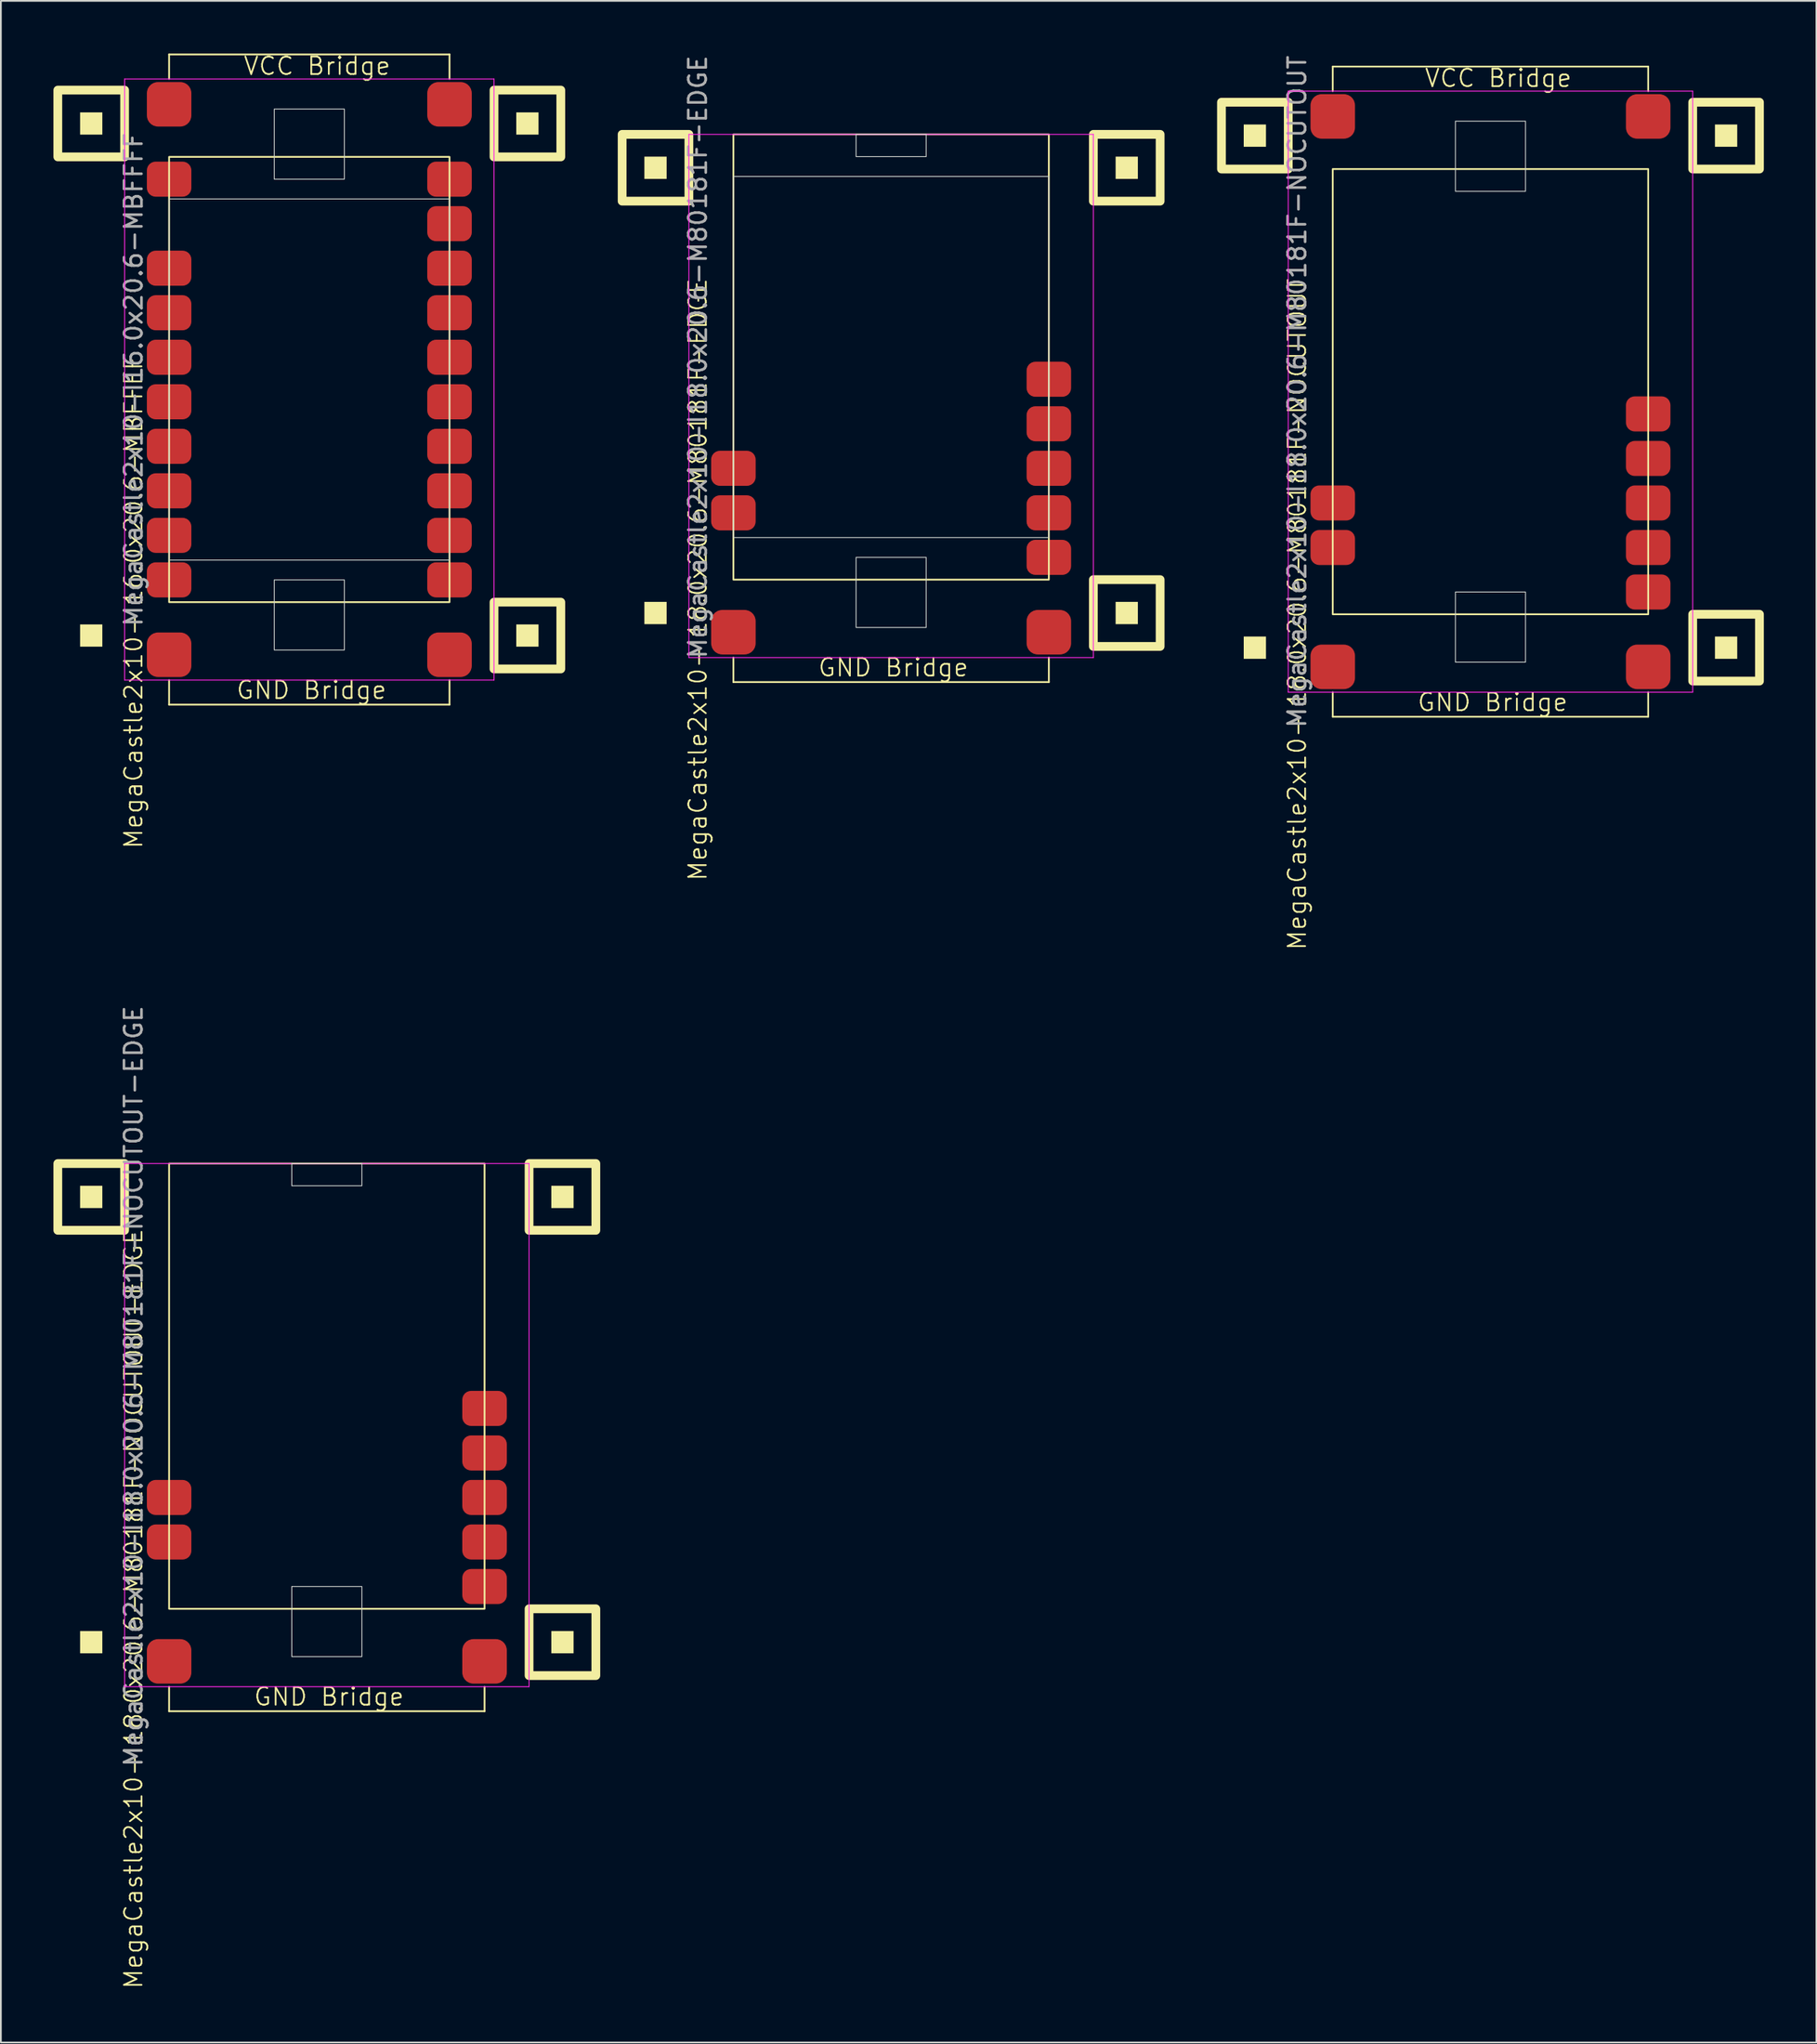
<source format=kicad_pcb>
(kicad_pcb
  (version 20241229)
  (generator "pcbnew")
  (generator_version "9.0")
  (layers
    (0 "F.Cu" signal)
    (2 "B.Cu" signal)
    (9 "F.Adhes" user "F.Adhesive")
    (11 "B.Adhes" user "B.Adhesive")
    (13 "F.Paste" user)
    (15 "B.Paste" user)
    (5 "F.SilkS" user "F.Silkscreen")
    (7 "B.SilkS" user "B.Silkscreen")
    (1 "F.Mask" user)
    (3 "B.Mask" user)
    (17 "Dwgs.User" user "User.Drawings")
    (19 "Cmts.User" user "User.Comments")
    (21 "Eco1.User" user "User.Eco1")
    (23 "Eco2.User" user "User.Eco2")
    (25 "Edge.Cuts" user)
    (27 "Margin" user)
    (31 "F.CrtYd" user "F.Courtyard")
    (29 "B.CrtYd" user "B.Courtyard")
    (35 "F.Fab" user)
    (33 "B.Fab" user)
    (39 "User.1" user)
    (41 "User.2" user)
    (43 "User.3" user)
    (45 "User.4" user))
  (footprint "MegaCastle2x10-I18.0x20.6-M80181F-EDGE"
    (layer "F.Cu")
    (at 47.8 17.315)
    (property "Reference" "MegaCastle2x10-I18.0x20.6-M80181F-EDGE" (at -11.032 12.7 90) (unlocked yes) (layer "F.SilkS") (effects (font (size 1 1) (thickness 0.1))))
    (attr smd)
    (fp_line (start -9 17.145) (end -9 18.545) (stroke (width 0.1) (type default)) (layer "F.SilkS"))
    (fp_line (start -9 18.545) (end 9 18.545) (stroke (width 0.1) (type default)) (layer "F.SilkS"))
    (fp_line (start 9 17.145) (end 9 18.545) (stroke (width 0.1) (type default)) (layer "F.SilkS"))
    (fp_rect (start -12.81 -10.16) (end -14.08 -11.43) (stroke (width 0) (type solid)) (fill yes) (layer "F.SilkS"))
    (fp_rect (start -12.81 15.24) (end -14.08 13.97) (stroke (width 0) (type solid)) (fill yes) (layer "F.SilkS"))
    (fp_rect (start -11.54 -8.89) (end -15.35 -12.7) (stroke (width 0.5) (type default)) (fill no) (layer "F.SilkS"))
    (fp_rect (start -9 -12.7) (end 9 12.7) (stroke (width 0.1) (type default)) (fill no) (layer "F.SilkS"))
    (fp_rect (start 14.08 -10.16) (end 12.81 -11.43) (stroke (width 0) (type solid)) (fill yes) (layer "F.SilkS"))
    (fp_rect (start 14.08 15.24) (end 12.81 13.97) (stroke (width 0) (type solid)) (fill yes) (layer "F.SilkS"))
    (fp_rect (start 15.35 -8.89) (end 11.54 -12.7) (stroke (width 0.5) (type default)) (fill no) (layer "F.SilkS"))
    (fp_rect (start 15.35 16.51) (end 11.54 12.7) (stroke (width 0.5) (type default)) (fill no) (layer "F.SilkS"))
    (fp_rect (start -9 -10.3) (end 9 10.3) (stroke (width 0.05) (type default)) (fill no) (layer "Edge.Cuts"))
    (fp_rect (start -2 -11.43) (end 2 -12.7) (stroke (width 0.05) (type default)) (fill no) (layer "Edge.Cuts"))
    (fp_rect (start -2 11.43) (end 2 15.43) (stroke (width 0.05) (type default)) (fill no) (layer "Edge.Cuts"))
    (fp_line (start -11.54 -12.7) (end -11.54 17.145) (stroke (width 0.05) (type default)) (layer "F.CrtYd"))
    (fp_line (start -11.54 17.145) (end 11.54 17.145) (stroke (width 0.05) (type default)) (layer "F.CrtYd"))
    (fp_line (start 11.54 -12.7) (end -11.54 -12.7) (stroke (width 0.05) (type default)) (layer "F.CrtYd"))
    (fp_line (start 11.54 -12.7) (end 11.54 17.145) (stroke (width 0.05) (type default)) (layer "F.CrtYd"))
    (fp_text user "GND Bridge" (at -4.226 18.3 0) (unlocked yes) (layer "F.SilkS") (effects (font (size 1 1) (thickness 0.1)) (justify left bottom)))
    (fp_text user "${REFERENCE}" (at -11.032 0 90) (unlocked yes) (layer "F.Fab") (effects (font (size 1 1) (thickness 0.15))))
    (pad "8" smd roundrect (at -9 6.35) (size 2.54 2) (layers "F.Cu" "F.Mask" "F.Paste") (roundrect_rratio 0.25))
    (pad "9" smd roundrect (at -9 8.89) (size 2.54 2) (layers "F.Cu" "F.Mask" "F.Paste") (roundrect_rratio 0.25))
    (pad "16" smd roundrect (at 9 1.27) (size 2.54 2) (layers "F.Cu" "F.Mask" "F.Paste") (roundrect_rratio 0.25))
    (pad "17" smd roundrect (at 9 3.81) (size 2.54 2) (layers "F.Cu" "F.Mask" "F.Paste") (roundrect_rratio 0.25))
    (pad "18" smd roundrect (at 9 6.35) (size 2.54 2) (layers "F.Cu" "F.Mask" "F.Paste") (roundrect_rratio 0.25))
    (pad "19" smd roundrect (at 9 8.89) (size 2.54 2) (layers "F.Cu" "F.Mask" "F.Paste") (roundrect_rratio 0.25))
    (pad "20" smd roundrect (at 9 11.43) (size 2.54 2) (layers "F.Cu" "F.Mask" "F.Paste") (roundrect_rratio 0.25))
    (pad "B1" smd roundrect (at -9 15.7) (size 2.54 2.54) (layers "F.Cu" "F.Mask" "F.Paste") (roundrect_rratio 0.25))
    (pad "B2" smd roundrect (at 9 15.7) (size 2.54 2.54) (layers "F.Cu" "F.Mask" "F.Paste") (roundrect_rratio 0.25)))
  (footprint "MegaCastle2x10-I18.0x20.6-M80181F-NOCUTOUT-EDGE"
    (layer "F.Cu")
    (at 15.6 76.024)
    (property "Reference" "MegaCastle2x10-I18.0x20.6-M80181F-NOCUTOUT-EDGE" (at -11.032 12.7 90) (unlocked yes) (layer "F.SilkS") (effects (font (size 1 1) (thickness 0.1))))
    (attr smd)
    (fp_line (start -9 17.145) (end -9 18.545) (stroke (width 0.1) (type default)) (layer "F.SilkS"))
    (fp_line (start -9 18.545) (end 9 18.545) (stroke (width 0.1) (type default)) (layer "F.SilkS"))
    (fp_line (start 9 17.145) (end 9 18.545) (stroke (width 0.1) (type default)) (layer "F.SilkS"))
    (fp_rect (start -12.81 -10.16) (end -14.08 -11.43) (stroke (width 0) (type solid)) (fill yes) (layer "F.SilkS"))
    (fp_rect (start -12.81 15.24) (end -14.08 13.97) (stroke (width 0) (type solid)) (fill yes) (layer "F.SilkS"))
    (fp_rect (start -11.54 -8.89) (end -15.35 -12.7) (stroke (width 0.5) (type default)) (fill no) (layer "F.SilkS"))
    (fp_rect (start -9 -12.7) (end 9 12.7) (stroke (width 0.1) (type default)) (fill no) (layer "F.SilkS"))
    (fp_rect (start 14.08 -10.16) (end 12.81 -11.43) (stroke (width 0) (type solid)) (fill yes) (layer "F.SilkS"))
    (fp_rect (start 14.08 15.24) (end 12.81 13.97) (stroke (width 0) (type solid)) (fill yes) (layer "F.SilkS"))
    (fp_rect (start 15.35 -8.89) (end 11.54 -12.7) (stroke (width 0.5) (type default)) (fill no) (layer "F.SilkS"))
    (fp_rect (start 15.35 16.51) (end 11.54 12.7) (stroke (width 0.5) (type default)) (fill no) (layer "F.SilkS"))
    (fp_rect (start -2 -11.43) (end 2 -12.7) (stroke (width 0.05) (type default)) (fill no) (layer "Edge.Cuts"))
    (fp_rect (start -2 11.43) (end 2 15.43) (stroke (width 0.05) (type default)) (fill no) (layer "Edge.Cuts"))
    (fp_line (start -11.54 -12.7) (end -11.54 17.145) (stroke (width 0.05) (type default)) (layer "F.CrtYd"))
    (fp_line (start -11.54 17.145) (end 11.54 17.145) (stroke (width 0.05) (type default)) (layer "F.CrtYd"))
    (fp_line (start 11.54 -12.7) (end -11.54 -12.7) (stroke (width 0.05) (type default)) (layer "F.CrtYd"))
    (fp_line (start 11.54 -12.7) (end 11.54 17.145) (stroke (width 0.05) (type default)) (layer "F.CrtYd"))
    (fp_text user "GND Bridge" (at -4.226 18.3 0) (unlocked yes) (layer "F.SilkS") (effects (font (size 1 1) (thickness 0.1)) (justify left bottom)))
    (fp_text user "${REFERENCE}" (at -11.032 0 90) (unlocked yes) (layer "F.Fab") (effects (font (size 1 1) (thickness 0.15))))
    (pad "8" smd roundrect (at -9 6.35) (size 2.54 2) (layers "F.Cu" "F.Mask" "F.Paste") (roundrect_rratio 0.25))
    (pad "9" smd roundrect (at -9 8.89) (size 2.54 2) (layers "F.Cu" "F.Mask" "F.Paste") (roundrect_rratio 0.25))
    (pad "16" smd roundrect (at 9 1.27) (size 2.54 2) (layers "F.Cu" "F.Mask" "F.Paste") (roundrect_rratio 0.25))
    (pad "17" smd roundrect (at 9 3.81) (size 2.54 2) (layers "F.Cu" "F.Mask" "F.Paste") (roundrect_rratio 0.25))
    (pad "18" smd roundrect (at 9 6.35) (size 2.54 2) (layers "F.Cu" "F.Mask" "F.Paste") (roundrect_rratio 0.25))
    (pad "19" smd roundrect (at 9 8.89) (size 2.54 2) (layers "F.Cu" "F.Mask" "F.Paste") (roundrect_rratio 0.25))
    (pad "20" smd roundrect (at 9 11.43) (size 2.54 2) (layers "F.Cu" "F.Mask" "F.Paste") (roundrect_rratio 0.25))
    (pad "B1" smd roundrect (at -9 15.7) (size 2.54 2.54) (layers "F.Cu" "F.Mask" "F.Paste") (roundrect_rratio 0.25))
    (pad "B2" smd roundrect (at 9 15.7) (size 2.54 2.54) (layers "F.Cu" "F.Mask" "F.Paste") (roundrect_rratio 0.25)))
  (footprint "MegaCastle2x10-I16.0x20.6-MBFFFF"
    (layer "F.Cu")
    (at 14.6 18.6)
    (property "Reference" "MegaCastle2x10-I16.0x20.6-MBFFFF" (at -10.032 12.7 90) (unlocked yes) (layer "F.SilkS") (effects (font (size 1 1) (thickness 0.1))))
    (attr smd)
    (fp_line (start -8 -18.545) (end 8 -18.545) (stroke (width 0.1) (type default)) (layer "F.SilkS"))
    (fp_line (start -8 -17.145) (end -8 -18.545) (stroke (width 0.1) (type default)) (layer "F.SilkS"))
    (fp_line (start -8 17.145) (end -8 18.545) (stroke (width 0.1) (type default)) (layer "F.SilkS"))
    (fp_line (start -8 18.545) (end 8 18.545) (stroke (width 0.1) (type default)) (layer "F.SilkS"))
    (fp_line (start 8 -17.145) (end 8 -18.545) (stroke (width 0.1) (type default)) (layer "F.SilkS"))
    (fp_line (start 8 17.145) (end 8 18.545) (stroke (width 0.1) (type default)) (layer "F.SilkS"))
    (fp_rect (start -11.81 -13.97) (end -13.08 -15.24) (stroke (width 0) (type solid)) (fill yes) (layer "F.SilkS"))
    (fp_rect (start -11.81 15.24) (end -13.08 13.97) (stroke (width 0) (type solid)) (fill yes) (layer "F.SilkS"))
    (fp_rect (start -10.54 -12.7) (end -14.35 -16.51) (stroke (width 0.5) (type default)) (fill no) (layer "F.SilkS"))
    (fp_rect (start -8 -12.7) (end 8 12.7) (stroke (width 0.1) (type default)) (fill no) (layer "F.SilkS"))
    (fp_rect (start 13.08 -13.97) (end 11.81 -15.24) (stroke (width 0) (type solid)) (fill yes) (layer "F.SilkS"))
    (fp_rect (start 13.08 15.24) (end 11.81 13.97) (stroke (width 0) (type solid)) (fill yes) (layer "F.SilkS"))
    (fp_rect (start 14.35 -12.7) (end 10.54 -16.51) (stroke (width 0.5) (type default)) (fill no) (layer "F.SilkS"))
    (fp_rect (start 14.35 16.51) (end 10.54 12.7) (stroke (width 0.5) (type default)) (fill no) (layer "F.SilkS"))
    (fp_rect (start -8 -10.3) (end 8 10.3) (stroke (width 0.05) (type default)) (fill no) (layer "Edge.Cuts"))
    (fp_rect (start -2 -11.43) (end 2 -15.43) (stroke (width 0.05) (type default)) (fill no) (layer "Edge.Cuts"))
    (fp_rect (start -2 11.43) (end 2 15.43) (stroke (width 0.05) (type default)) (fill no) (layer "Edge.Cuts"))
    (fp_line (start -10.54 -17.145) (end -10.54 17.145) (stroke (width 0.05) (type default)) (layer "F.CrtYd"))
    (fp_line (start -10.54 17.145) (end 10.54 17.145) (stroke (width 0.05) (type default)) (layer "F.CrtYd"))
    (fp_line (start 10.54 -17.145) (end -10.54 -17.145) (stroke (width 0.05) (type default)) (layer "F.CrtYd"))
    (fp_line (start 10.54 -17.145) (end 10.54 17.145) (stroke (width 0.05) (type default)) (layer "F.CrtYd"))
    (fp_text user "GND Bridge" (at -4.226 18.3 0) (unlocked yes) (layer "F.SilkS") (effects (font (size 1 1) (thickness 0.1)) (justify left bottom)))
    (fp_text user "VCC Bridge" (at -3.81 -17.3 0) (unlocked yes) (layer "F.SilkS") (effects (font (size 1 1) (thickness 0.1)) (justify left bottom)))
    (fp_text user "${REFERENCE}" (at -10.032 0 90) (unlocked yes) (layer "F.Fab") (effects (font (size 1 1) (thickness 0.15))))
    (pad "1" smd roundrect (at -8 -11.43) (size 2.54 2) (layers "F.Cu" "F.Mask" "F.Paste") (roundrect_rratio 0.25))
    (pad "3" smd roundrect (at -8 -6.35) (size 2.54 2) (layers "F.Cu" "F.Mask" "F.Paste") (roundrect_rratio 0.25))
    (pad "4" smd roundrect (at -8 -3.81) (size 2.54 2) (layers "F.Cu" "F.Mask" "F.Paste") (roundrect_rratio 0.25))
    (pad "5" smd roundrect (at -8 -1.27) (size 2.54 2) (layers "F.Cu" "F.Mask" "F.Paste") (roundrect_rratio 0.25))
    (pad "6" smd roundrect (at -8 1.27) (size 2.54 2) (layers "F.Cu" "F.Mask" "F.Paste") (roundrect_rratio 0.25))
    (pad "7" smd roundrect (at -8 3.81) (size 2.54 2) (layers "F.Cu" "F.Mask" "F.Paste") (roundrect_rratio 0.25))
    (pad "8" smd roundrect (at -8 6.35) (size 2.54 2) (layers "F.Cu" "F.Mask" "F.Paste") (roundrect_rratio 0.25))
    (pad "9" smd roundrect (at -8 8.89) (size 2.54 2) (layers "F.Cu" "F.Mask" "F.Paste") (roundrect_rratio 0.25))
    (pad "10" smd roundrect (at -8 11.43) (size 2.54 2) (layers "F.Cu" "F.Mask" "F.Paste") (roundrect_rratio 0.25))
    (pad "11" smd roundrect (at 8 -11.43) (size 2.54 2) (layers "F.Cu" "F.Mask" "F.Paste") (roundrect_rratio 0.25))
    (pad "12" smd roundrect (at 8 -8.89) (size 2.54 2) (layers "F.Cu" "F.Mask" "F.Paste") (roundrect_rratio 0.25))
    (pad "13" smd roundrect (at 8 -6.35) (size 2.54 2) (layers "F.Cu" "F.Mask" "F.Paste") (roundrect_rratio 0.25))
    (pad "14" smd roundrect (at 8 -3.81) (size 2.54 2) (layers "F.Cu" "F.Mask" "F.Paste") (roundrect_rratio 0.25))
    (pad "15" smd roundrect (at 8 -1.27) (size 2.54 2) (layers "F.Cu" "F.Mask" "F.Paste") (roundrect_rratio 0.25))
    (pad "16" smd roundrect (at 8 1.27) (size 2.54 2) (layers "F.Cu" "F.Mask" "F.Paste") (roundrect_rratio 0.25))
    (pad "17" smd roundrect (at 8 3.81) (size 2.54 2) (layers "F.Cu" "F.Mask" "F.Paste") (roundrect_rratio 0.25))
    (pad "18" smd roundrect (at 8 6.35) (size 2.54 2) (layers "F.Cu" "F.Mask" "F.Paste") (roundrect_rratio 0.25))
    (pad "19" smd roundrect (at 8 8.89) (size 2.54 2) (layers "F.Cu" "F.Mask" "F.Paste") (roundrect_rratio 0.25))
    (pad "20" smd roundrect (at 8 11.43) (size 2.54 2) (layers "F.Cu" "F.Mask" "F.Paste") (roundrect_rratio 0.25))
    (pad "A1" smd roundrect (at -8 -15.7) (size 2.54 2.54) (layers "F.Cu" "F.Mask" "F.Paste") (roundrect_rratio 0.25))
    (pad "A2" smd roundrect (at 8 -15.7) (size 2.54 2.54) (layers "F.Cu" "F.Mask" "F.Paste") (roundrect_rratio 0.25))
    (pad "B1" smd roundrect (at -8 15.7) (size 2.54 2.54) (layers "F.Cu" "F.Mask" "F.Paste") (roundrect_rratio 0.25))
    (pad "B2" smd roundrect (at 8 15.7) (size 2.54 2.54) (layers "F.Cu" "F.Mask" "F.Paste") (roundrect_rratio 0.25)))
  (footprint "MegaCastle2x10-I18.0x20.6-M80181F-NOCUTOUT"
    (layer "F.Cu")
    (at 82 19.292)
    (property "Reference" "MegaCastle2x10-I18.0x20.6-M80181F-NOCUTOUT" (at -11.032 12.7 90) (unlocked yes) (layer "F.SilkS") (effects (font (size 1 1) (thickness 0.1))))
    (attr smd)
    (fp_line (start -9 -18.545) (end 9 -18.545) (stroke (width 0.1) (type default)) (layer "F.SilkS"))
    (fp_line (start -9 -17.145) (end -9 -18.545) (stroke (width 0.1) (type default)) (layer "F.SilkS"))
    (fp_line (start -9 17.145) (end -9 18.545) (stroke (width 0.1) (type default)) (layer "F.SilkS"))
    (fp_line (start -9 18.545) (end 9 18.545) (stroke (width 0.1) (type default)) (layer "F.SilkS"))
    (fp_line (start 9 -17.145) (end 9 -18.545) (stroke (width 0.1) (type default)) (layer "F.SilkS"))
    (fp_line (start 9 17.145) (end 9 18.545) (stroke (width 0.1) (type default)) (layer "F.SilkS"))
    (fp_rect (start -12.81 -13.97) (end -14.08 -15.24) (stroke (width 0) (type solid)) (fill yes) (layer "F.SilkS"))
    (fp_rect (start -12.81 15.24) (end -14.08 13.97) (stroke (width 0) (type solid)) (fill yes) (layer "F.SilkS"))
    (fp_rect (start -11.54 -12.7) (end -15.35 -16.51) (stroke (width 0.5) (type default)) (fill no) (layer "F.SilkS"))
    (fp_rect (start -9 -12.7) (end 9 12.7) (stroke (width 0.1) (type default)) (fill no) (layer "F.SilkS"))
    (fp_rect (start 14.08 -13.97) (end 12.81 -15.24) (stroke (width 0) (type solid)) (fill yes) (layer "F.SilkS"))
    (fp_rect (start 14.08 15.24) (end 12.81 13.97) (stroke (width 0) (type solid)) (fill yes) (layer "F.SilkS"))
    (fp_rect (start 15.35 -12.7) (end 11.54 -16.51) (stroke (width 0.5) (type default)) (fill no) (layer "F.SilkS"))
    (fp_rect (start 15.35 16.51) (end 11.54 12.7) (stroke (width 0.5) (type default)) (fill no) (layer "F.SilkS"))
    (fp_rect (start -2 -11.43) (end 2 -15.43) (stroke (width 0.05) (type default)) (fill no) (layer "Edge.Cuts"))
    (fp_rect (start -2 11.43) (end 2 15.43) (stroke (width 0.05) (type default)) (fill no) (layer "Edge.Cuts"))
    (fp_line (start -11.54 -17.145) (end -11.54 17.145) (stroke (width 0.05) (type default)) (layer "F.CrtYd"))
    (fp_line (start -11.54 17.145) (end 11.54 17.145) (stroke (width 0.05) (type default)) (layer "F.CrtYd"))
    (fp_line (start 11.54 -17.145) (end -11.54 -17.145) (stroke (width 0.05) (type default)) (layer "F.CrtYd"))
    (fp_line (start 11.54 -17.145) (end 11.54 17.145) (stroke (width 0.05) (type default)) (layer "F.CrtYd"))
    (fp_text user "VCC Bridge" (at -3.81 -17.3 0) (unlocked yes) (layer "F.SilkS") (effects (font (size 1 1) (thickness 0.1)) (justify left bottom)))
    (fp_text user "GND Bridge" (at -4.226 18.3 0) (unlocked yes) (layer "F.SilkS") (effects (font (size 1 1) (thickness 0.1)) (justify left bottom)))
    (fp_text user "${REFERENCE}" (at -11.032 0 90) (unlocked yes) (layer "F.Fab") (effects (font (size 1 1) (thickness 0.15))))
    (pad "8" smd roundrect (at -9 6.35) (size 2.54 2) (layers "F.Cu" "F.Mask" "F.Paste") (roundrect_rratio 0.25))
    (pad "9" smd roundrect (at -9 8.89) (size 2.54 2) (layers "F.Cu" "F.Mask" "F.Paste") (roundrect_rratio 0.25))
    (pad "16" smd roundrect (at 9 1.27) (size 2.54 2) (layers "F.Cu" "F.Mask" "F.Paste") (roundrect_rratio 0.25))
    (pad "17" smd roundrect (at 9 3.81) (size 2.54 2) (layers "F.Cu" "F.Mask" "F.Paste") (roundrect_rratio 0.25))
    (pad "18" smd roundrect (at 9 6.35) (size 2.54 2) (layers "F.Cu" "F.Mask" "F.Paste") (roundrect_rratio 0.25))
    (pad "19" smd roundrect (at 9 8.89) (size 2.54 2) (layers "F.Cu" "F.Mask" "F.Paste") (roundrect_rratio 0.25))
    (pad "20" smd roundrect (at 9 11.43) (size 2.54 2) (layers "F.Cu" "F.Mask" "F.Paste") (roundrect_rratio 0.25))
    (pad "A1" smd roundrect (at -9 -15.7) (size 2.54 2.54) (layers "F.Cu" "F.Mask" "F.Paste") (roundrect_rratio 0.25))
    (pad "A2" smd roundrect (at 9 -15.7) (size 2.54 2.54) (layers "F.Cu" "F.Mask" "F.Paste") (roundrect_rratio 0.25))
    (pad "B1" smd roundrect (at -9 15.7) (size 2.54 2.54) (layers "F.Cu" "F.Mask" "F.Paste") (roundrect_rratio 0.25))
    (pad "B2" smd roundrect (at 9 15.7) (size 2.54 2.54) (layers "F.Cu" "F.Mask" "F.Paste") (roundrect_rratio 0.25)))
  (gr_rect
    (start -3 -3)
    (end 100.6 113.464)
    (stroke (width 0.1) (type default))
    (fill no)
    (layer "Edge.Cuts")))
</source>
